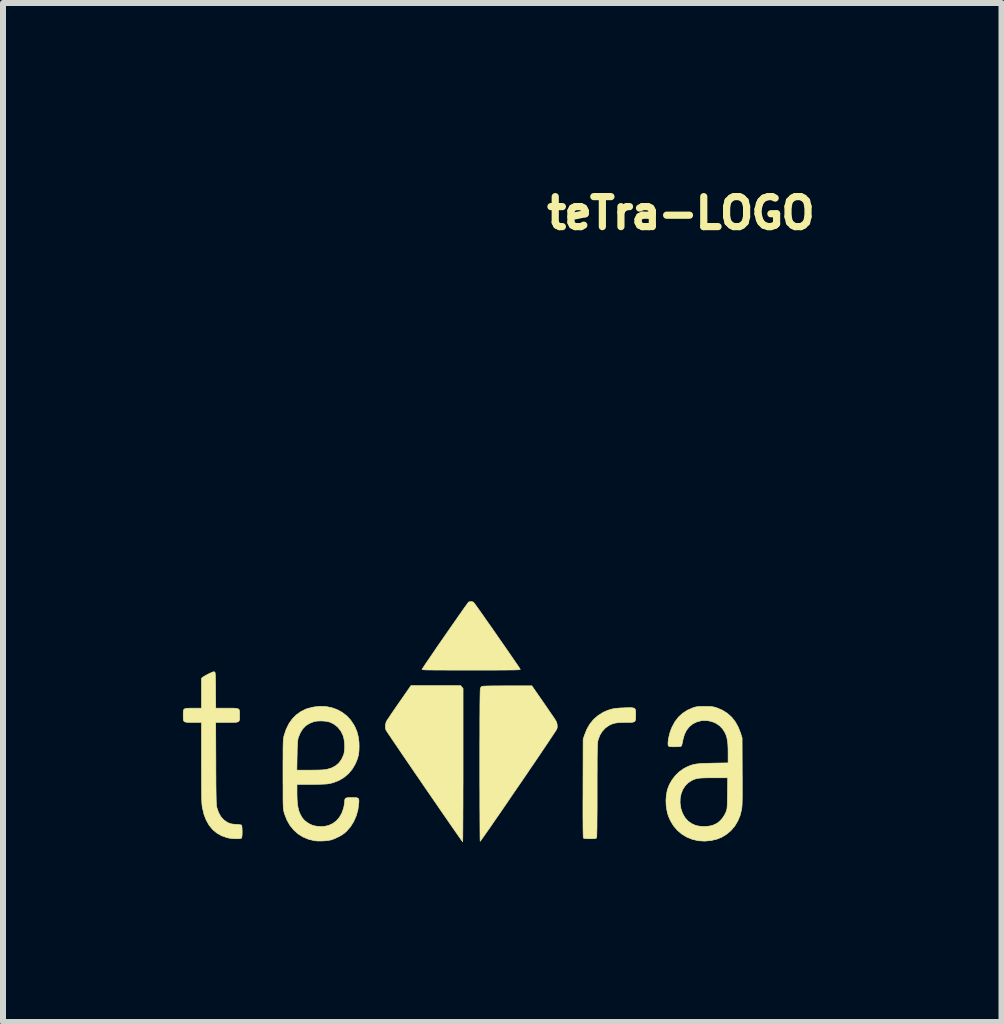
<source format=kicad_pcb>
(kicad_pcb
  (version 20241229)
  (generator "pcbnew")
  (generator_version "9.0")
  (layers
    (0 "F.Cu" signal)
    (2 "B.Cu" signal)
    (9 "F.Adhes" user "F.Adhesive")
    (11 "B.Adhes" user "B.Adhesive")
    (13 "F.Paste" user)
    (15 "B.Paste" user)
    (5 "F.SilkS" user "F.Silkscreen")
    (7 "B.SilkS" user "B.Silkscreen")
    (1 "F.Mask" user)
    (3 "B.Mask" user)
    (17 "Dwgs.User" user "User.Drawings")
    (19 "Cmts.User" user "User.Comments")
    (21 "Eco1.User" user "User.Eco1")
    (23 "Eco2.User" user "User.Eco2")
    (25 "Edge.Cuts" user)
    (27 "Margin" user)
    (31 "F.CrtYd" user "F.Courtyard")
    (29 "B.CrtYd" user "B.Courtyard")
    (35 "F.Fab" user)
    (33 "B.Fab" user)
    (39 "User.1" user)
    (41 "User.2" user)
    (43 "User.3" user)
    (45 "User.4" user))
  (footprint "teTra-LOGO"
    (layer "F.Cu")
    (at 4.802 9.003)
    (property "Reference" "teTra-LOGO" (at 3.5 -8.5 0) (unlocked yes) (layer "F.SilkS") (effects (font (size 0.5 0.5) (thickness 0.12))))
    (attr smd exclude_from_bom)
    (fp_poly (pts (xy -0.153 -0.599) (xy -0.132 -0.575) (xy -0.132 0.703) (xy -0.132 0.848) (xy -0.132 0.989) (xy -0.133 1.125) (xy -0.133 1.253) (xy -0.133 1.375) (xy -0.134 1.488) (xy -0.134 1.592) (xy -0.135 1.685) (xy -0.135 1.768) (xy -0.136 1.838) (xy -0.136 1.895) (xy -0.137 1.939) (xy -0.138 1.967) (xy -0.139 1.98) (xy -0.139 1.981) (xy -0.144 1.974) (xy -0.159 1.954) (xy -0.182 1.921) (xy -0.213 1.877) (xy -0.251 1.823) (xy -0.296 1.758) (xy -0.347 1.685) (xy -0.403 1.603) (xy -0.465 1.514) (xy -0.531 1.418) (xy -0.601 1.316) (xy -0.675 1.209) (xy -0.751 1.098) (xy -0.778 1.059) (xy -0.855 0.946) (xy -0.93 0.837) (xy -1.001 0.733) (xy -1.069 0.633) (xy -1.133 0.54) (xy -1.191 0.454) (xy -1.244 0.376) (xy -1.292 0.306) (xy -1.332 0.246) (xy -1.366 0.196) (xy -1.392 0.157) (xy -1.409 0.13) (xy -1.418 0.116) (xy -1.419 0.114) (xy -1.427 0.077) (xy -1.426 0.033) (xy -1.416 -0.008) (xy -1.411 -0.022) (xy -1.403 -0.036) (xy -1.386 -0.063) (xy -1.361 -0.099) (xy -1.331 -0.145) (xy -1.295 -0.198) (xy -1.255 -0.256) (xy -1.212 -0.318) (xy -1.197 -0.339) (xy -1 -0.623) (xy -0.173 -0.623) (xy -0.153 -0.599)) (stroke (width 0.01) (type solid)) (fill yes) (layer "F.SilkS"))
    (fp_poly (pts (xy 0.022 -2.021) (xy 0.043 -2.012) (xy 0.05 -2.003) (xy 0.066 -1.982) (xy 0.089 -1.95) (xy 0.12 -1.907) (xy 0.156 -1.856) (xy 0.198 -1.797) (xy 0.243 -1.732) (xy 0.292 -1.662) (xy 0.344 -1.589) (xy 0.397 -1.513) (xy 0.45 -1.436) (xy 0.503 -1.36) (xy 0.555 -1.285) (xy 0.605 -1.213) (xy 0.652 -1.145) (xy 0.695 -1.082) (xy 0.733 -1.027) (xy 0.766 -0.979) (xy 0.792 -0.941) (xy 0.81 -0.913) (xy 0.82 -0.897) (xy 0.821 -0.895) (xy 0.821 -0.892) (xy 0.818 -0.89) (xy 0.81 -0.889) (xy 0.798 -0.887) (xy 0.78 -0.886) (xy 0.755 -0.885) (xy 0.722 -0.884) (xy 0.681 -0.883) (xy 0.629 -0.883) (xy 0.567 -0.882) (xy 0.493 -0.882) (xy 0.407 -0.881) (xy 0.307 -0.881) (xy 0.192 -0.881) (xy 0.061 -0.881) (xy 0.003 -0.881) (xy -0.134 -0.881) (xy -0.254 -0.881) (xy -0.36 -0.881) (xy -0.452 -0.882) (xy -0.531 -0.882) (xy -0.598 -0.882) (xy -0.653 -0.883) (xy -0.699 -0.883) (xy -0.735 -0.884) (xy -0.763 -0.885) (xy -0.784 -0.886) (xy -0.799 -0.888) (xy -0.808 -0.889) (xy -0.813 -0.891) (xy -0.815 -0.893) (xy -0.815 -0.895) (xy -0.808 -0.906) (xy -0.793 -0.929) (xy -0.771 -0.963) (xy -0.741 -1.008) (xy -0.705 -1.06) (xy -0.664 -1.12) (xy -0.619 -1.186) (xy -0.571 -1.257) (xy -0.52 -1.331) (xy -0.467 -1.407) (xy -0.414 -1.484) (xy -0.361 -1.56) (xy -0.309 -1.635) (xy -0.259 -1.706) (xy -0.212 -1.774) (xy -0.169 -1.835) (xy -0.131 -1.89) (xy -0.098 -1.936) (xy -0.071 -1.973) (xy -0.052 -2) (xy -0.041 -2.014) (xy -0.039 -2.016) (xy -0.01 -2.024) (xy 0.022 -2.021)) (stroke (width 0.01) (type solid)) (fill yes) (layer "F.SilkS"))
    (fp_poly (pts (xy 1.21 -0.338) (xy 1.253 -0.276) (xy 1.293 -0.217) (xy 1.33 -0.163) (xy 1.362 -0.117) (xy 1.388 -0.078) (xy 1.407 -0.05) (xy 1.417 -0.033) (xy 1.419 -0.031) (xy 1.435 0.015) (xy 1.439 0.066) (xy 1.432 0.098) (xy 1.427 0.109) (xy 1.412 0.132) (xy 1.389 0.167) (xy 1.359 0.213) (xy 1.322 0.268) (xy 1.279 0.333) (xy 1.23 0.405) (xy 1.177 0.484) (xy 1.12 0.569) (xy 1.059 0.659) (xy 0.995 0.752) (xy 0.93 0.849) (xy 0.863 0.947) (xy 0.795 1.046) (xy 0.727 1.145) (xy 0.66 1.243) (xy 0.595 1.339) (xy 0.531 1.432) (xy 0.47 1.521) (xy 0.412 1.604) (xy 0.359 1.682) (xy 0.31 1.753) (xy 0.266 1.815) (xy 0.229 1.868) (xy 0.198 1.912) (xy 0.175 1.944) (xy 0.16 1.965) (xy 0.154 1.972) (xy 0.153 1.972) (xy 0.153 1.964) (xy 0.152 1.939) (xy 0.151 1.9) (xy 0.151 1.846) (xy 0.15 1.78) (xy 0.15 1.701) (xy 0.149 1.61) (xy 0.149 1.509) (xy 0.148 1.399) (xy 0.148 1.28) (xy 0.148 1.154) (xy 0.147 1.02) (xy 0.147 0.881) (xy 0.147 0.738) (xy 0.147 0.712) (xy 0.147 0.523) (xy 0.147 0.351) (xy 0.148 0.195) (xy 0.148 0.055) (xy 0.148 -0.07) (xy 0.149 -0.18) (xy 0.149 -0.276) (xy 0.15 -0.357) (xy 0.151 -0.425) (xy 0.152 -0.48) (xy 0.153 -0.522) (xy 0.154 -0.552) (xy 0.156 -0.57) (xy 0.156 -0.575) (xy 0.167 -0.596) (xy 0.181 -0.61) (xy 0.181 -0.61) (xy 0.193 -0.612) (xy 0.222 -0.614) (xy 0.264 -0.616) (xy 0.321 -0.617) (xy 0.391 -0.618) (xy 0.473 -0.618) (xy 0.565 -0.619) (xy 0.606 -0.619) (xy 1.015 -0.619) (xy 1.21 -0.338)) (stroke (width 0.01) (type solid)) (fill yes) (layer "F.SilkS"))
    (fp_poly (pts (xy 2.67 -0.254) (xy 2.702 -0.251) (xy 2.724 -0.244) (xy 2.737 -0.23) (xy 2.744 -0.21) (xy 2.746 -0.181) (xy 2.746 -0.142) (xy 2.746 -0.132) (xy 2.746 -0.09) (xy 2.744 -0.059) (xy 2.738 -0.037) (xy 2.726 -0.023) (xy 2.705 -0.014) (xy 2.674 -0.01) (xy 2.63 -0.009) (xy 2.579 -0.009) (xy 2.509 -0.008) (xy 2.452 -0.005) (xy 2.406 0.002) (xy 2.366 0.012) (xy 2.329 0.027) (xy 2.303 0.04) (xy 2.242 0.082) (xy 2.19 0.138) (xy 2.149 0.204) (xy 2.121 0.278) (xy 2.115 0.303) (xy 2.113 0.316) (xy 2.111 0.333) (xy 2.11 0.356) (xy 2.108 0.386) (xy 2.107 0.424) (xy 2.106 0.471) (xy 2.105 0.528) (xy 2.104 0.595) (xy 2.104 0.675) (xy 2.104 0.767) (xy 2.103 0.873) (xy 2.103 0.994) (xy 2.103 1.128) (xy 2.103 1.282) (xy 2.103 1.42) (xy 2.102 1.54) (xy 2.101 1.644) (xy 2.101 1.731) (xy 2.099 1.801) (xy 2.098 1.854) (xy 2.097 1.89) (xy 2.095 1.91) (xy 2.094 1.913) (xy 2.089 1.92) (xy 2.08 1.925) (xy 2.064 1.928) (xy 2.039 1.929) (xy 2.001 1.93) (xy 1.985 1.93) (xy 1.938 1.929) (xy 1.906 1.927) (xy 1.886 1.924) (xy 1.876 1.919) (xy 1.875 1.918) (xy 1.873 1.911) (xy 1.872 1.895) (xy 1.871 1.869) (xy 1.87 1.832) (xy 1.869 1.783) (xy 1.868 1.722) (xy 1.868 1.648) (xy 1.867 1.56) (xy 1.867 1.459) (xy 1.867 1.342) (xy 1.868 1.209) (xy 1.868 1.09) (xy 1.87 0.275) (xy 1.89 0.211) (xy 1.929 0.111) (xy 1.98 0.021) (xy 2.043 -0.057) (xy 2.118 -0.123) (xy 2.203 -0.176) (xy 2.217 -0.183) (xy 2.267 -0.205) (xy 2.315 -0.222) (xy 2.364 -0.235) (xy 2.419 -0.243) (xy 2.482 -0.249) (xy 2.558 -0.252) (xy 2.565 -0.253) (xy 2.625 -0.254) (xy 2.67 -0.254)) (stroke (width 0.01) (type solid)) (fill yes) (layer "F.SilkS"))
    (fp_poly (pts (xy -4.276 -0.851) (xy -4.274 -0.85) (xy -4.27 -0.847) (xy -4.267 -0.84) (xy -4.265 -0.829) (xy -4.263 -0.811) (xy -4.261 -0.785) (xy -4.26 -0.749) (xy -4.259 -0.702) (xy -4.258 -0.642) (xy -4.258 -0.567) (xy -4.258 -0.544) (xy -4.255 -0.246) (xy -4.07 -0.246) (xy -4.004 -0.246) (xy -3.954 -0.246) (xy -3.917 -0.243) (xy -3.89 -0.238) (xy -3.873 -0.23) (xy -3.863 -0.216) (xy -3.859 -0.196) (xy -3.858 -0.169) (xy -3.858 -0.134) (xy -3.858 -0.128) (xy -3.857 -0.091) (xy -3.858 -0.063) (xy -3.862 -0.042) (xy -3.871 -0.028) (xy -3.887 -0.018) (xy -3.912 -0.012) (xy -3.947 -0.01) (xy -3.996 -0.009) (xy -4.058 -0.009) (xy -4.07 -0.009) (xy -4.256 -0.009) (xy -4.253 0.675) (xy -4.253 0.799) (xy -4.252 0.909) (xy -4.252 1.003) (xy -4.251 1.084) (xy -4.25 1.153) (xy -4.249 1.211) (xy -4.248 1.259) (xy -4.247 1.298) (xy -4.246 1.33) (xy -4.244 1.355) (xy -4.243 1.374) (xy -4.241 1.39) (xy -4.238 1.403) (xy -4.236 1.413) (xy -4.208 1.494) (xy -4.171 1.561) (xy -4.124 1.614) (xy -4.068 1.654) (xy -4.046 1.665) (xy -4.016 1.677) (xy -3.983 1.685) (xy -3.943 1.689) (xy -3.918 1.691) (xy -3.881 1.693) (xy -3.851 1.697) (xy -3.831 1.701) (xy -3.826 1.703) (xy -3.821 1.715) (xy -3.818 1.74) (xy -3.816 1.773) (xy -3.815 1.811) (xy -3.815 1.848) (xy -3.817 1.882) (xy -3.821 1.907) (xy -3.825 1.92) (xy -3.84 1.925) (xy -3.868 1.929) (xy -3.904 1.93) (xy -3.946 1.929) (xy -3.99 1.925) (xy -4.031 1.92) (xy -4.066 1.913) (xy -4.066 1.913) (xy -4.156 1.881) (xy -4.236 1.836) (xy -4.306 1.778) (xy -4.365 1.706) (xy -4.413 1.622) (xy -4.451 1.524) (xy -4.477 1.414) (xy -4.48 1.402) (xy -4.482 1.385) (xy -4.484 1.365) (xy -4.486 1.341) (xy -4.488 1.311) (xy -4.489 1.274) (xy -4.49 1.229) (xy -4.491 1.175) (xy -4.491 1.11) (xy -4.492 1.034) (xy -4.492 0.944) (xy -4.492 0.841) (xy -4.493 0.723) (xy -4.493 0.659) (xy -4.493 -0.009) (xy -4.632 -0.009) (xy -4.689 -0.009) (xy -4.731 -0.011) (xy -4.76 -0.015) (xy -4.779 -0.023) (xy -4.791 -0.038) (xy -4.796 -0.06) (xy -4.797 -0.091) (xy -4.797 -0.128) (xy -4.797 -0.168) (xy -4.795 -0.198) (xy -4.79 -0.22) (xy -4.778 -0.233) (xy -4.758 -0.241) (xy -4.727 -0.245) (xy -4.683 -0.246) (xy -4.632 -0.246) (xy -4.493 -0.246) (xy -4.493 -0.744) (xy -4.469 -0.764) (xy -4.451 -0.776) (xy -4.422 -0.793) (xy -4.388 -0.811) (xy -4.367 -0.822) (xy -4.329 -0.839) (xy -4.303 -0.85) (xy -4.286 -0.853) (xy -4.276 -0.851)) (stroke (width 0.01) (type solid)) (fill yes) (layer "F.SilkS"))
    (fp_poly (pts (xy 3.898 -0.275) (xy 3.95 -0.275) (xy 3.989 -0.274) (xy 4.019 -0.271) (xy 4.045 -0.267) (xy 4.069 -0.261) (xy 4.097 -0.252) (xy 4.191 -0.213) (xy 4.275 -0.16) (xy 4.347 -0.095) (xy 4.408 -0.017) (xy 4.458 0.074) (xy 4.496 0.173) (xy 4.52 0.249) (xy 4.522 0.806) (xy 4.523 0.92) (xy 4.523 1.019) (xy 4.523 1.103) (xy 4.523 1.175) (xy 4.523 1.235) (xy 4.522 1.284) (xy 4.521 1.325) (xy 4.52 1.359) (xy 4.518 1.386) (xy 4.516 1.409) (xy 4.514 1.428) (xy 4.512 1.44) (xy 4.487 1.542) (xy 4.448 1.635) (xy 4.397 1.72) (xy 4.334 1.794) (xy 4.261 1.856) (xy 4.178 1.906) (xy 4.101 1.937) (xy 3.999 1.961) (xy 3.894 1.97) (xy 3.789 1.963) (xy 3.788 1.963) (xy 3.69 1.94) (xy 3.598 1.903) (xy 3.514 1.852) (xy 3.44 1.789) (xy 3.377 1.715) (xy 3.327 1.632) (xy 3.299 1.57) (xy 3.279 1.513) (xy 3.266 1.454) (xy 3.256 1.386) (xy 3.254 1.374) (xy 3.253 1.336) (xy 3.486 1.336) (xy 3.487 1.343) (xy 3.501 1.431) (xy 3.528 1.509) (xy 3.567 1.577) (xy 3.616 1.633) (xy 3.676 1.677) (xy 3.745 1.708) (xy 3.762 1.713) (xy 3.816 1.722) (xy 3.877 1.726) (xy 3.939 1.724) (xy 3.996 1.715) (xy 4.019 1.71) (xy 4.056 1.696) (xy 4.093 1.678) (xy 4.115 1.664) (xy 4.156 1.629) (xy 4.196 1.583) (xy 4.23 1.531) (xy 4.254 1.48) (xy 4.26 1.464) (xy 4.264 1.448) (xy 4.268 1.431) (xy 4.27 1.409) (xy 4.272 1.382) (xy 4.274 1.346) (xy 4.275 1.3) (xy 4.276 1.241) (xy 4.277 1.17) (xy 4.28 0.914) (xy 4.048 0.914) (xy 3.97 0.914) (xy 3.906 0.915) (xy 3.854 0.917) (xy 3.812 0.92) (xy 3.778 0.925) (xy 3.749 0.931) (xy 3.722 0.94) (xy 3.695 0.952) (xy 3.676 0.961) (xy 3.618 1) (xy 3.569 1.051) (xy 3.53 1.112) (xy 3.503 1.182) (xy 3.488 1.257) (xy 3.486 1.336) (xy 3.253 1.336) (xy 3.251 1.291) (xy 3.257 1.206) (xy 3.272 1.126) (xy 3.276 1.109) (xy 3.308 1.027) (xy 3.353 0.949) (xy 3.409 0.876) (xy 3.474 0.813) (xy 3.545 0.763) (xy 3.576 0.746) (xy 3.615 0.727) (xy 3.651 0.712) (xy 3.685 0.7) (xy 3.721 0.691) (xy 3.761 0.684) (xy 3.807 0.679) (xy 3.862 0.675) (xy 3.929 0.673) (xy 4.009 0.671) (xy 4.035 0.67) (xy 4.287 0.666) (xy 4.287 0.507) (xy 4.286 0.426) (xy 4.283 0.358) (xy 4.277 0.302) (xy 4.268 0.253) (xy 4.256 0.21) (xy 4.239 0.17) (xy 4.237 0.165) (xy 4.197 0.101) (xy 4.146 0.047) (xy 4.084 0.005) (xy 4.015 -0.024) (xy 3.941 -0.039) (xy 3.863 -0.04) (xy 3.839 -0.037) (xy 3.763 -0.017) (xy 3.696 0.016) (xy 3.64 0.063) (xy 3.593 0.122) (xy 3.558 0.194) (xy 3.534 0.279) (xy 3.53 0.299) (xy 3.523 0.334) (xy 3.516 0.363) (xy 3.509 0.382) (xy 3.507 0.386) (xy 3.495 0.391) (xy 3.47 0.394) (xy 3.437 0.396) (xy 3.4 0.397) (xy 3.363 0.397) (xy 3.33 0.395) (xy 3.306 0.392) (xy 3.297 0.389) (xy 3.288 0.374) (xy 3.285 0.347) (xy 3.287 0.309) (xy 3.293 0.264) (xy 3.304 0.214) (xy 3.317 0.163) (xy 3.334 0.114) (xy 3.352 0.07) (xy 3.401 -0.021) (xy 3.46 -0.098) (xy 3.529 -0.161) (xy 3.609 -0.213) (xy 3.699 -0.252) (xy 3.726 -0.261) (xy 3.75 -0.267) (xy 3.774 -0.271) (xy 3.802 -0.274) (xy 3.838 -0.275) (xy 3.886 -0.275) (xy 3.898 -0.275)) (stroke (width 0.01) (type solid)) (fill yes) (layer "F.SilkS"))
    (fp_poly (pts (xy -2.419 -0.274) (xy -2.323 -0.255) (xy -2.232 -0.223) (xy -2.148 -0.177) (xy -2.072 -0.119) (xy -2.006 -0.048) (xy -1.951 0.035) (xy -1.936 0.063) (xy -1.901 0.145) (xy -1.879 0.23) (xy -1.867 0.322) (xy -1.865 0.389) (xy -1.867 0.462) (xy -1.874 0.524) (xy -1.888 0.581) (xy -1.909 0.639) (xy -1.933 0.691) (xy -1.983 0.775) (xy -2.046 0.848) (xy -2.12 0.91) (xy -2.205 0.96) (xy -2.299 0.996) (xy -2.365 1.012) (xy -2.393 1.016) (xy -2.431 1.019) (xy -2.48 1.021) (xy -2.542 1.023) (xy -2.617 1.024) (xy -2.665 1.024) (xy -2.901 1.024) (xy -2.901 1.174) (xy -2.899 1.265) (xy -2.894 1.341) (xy -2.884 1.406) (xy -2.871 1.463) (xy -2.851 1.513) (xy -2.826 1.56) (xy -2.809 1.586) (xy -2.778 1.622) (xy -2.735 1.657) (xy -2.686 1.687) (xy -2.637 1.708) (xy -2.632 1.71) (xy -2.572 1.722) (xy -2.505 1.727) (xy -2.439 1.723) (xy -2.381 1.711) (xy -2.374 1.709) (xy -2.304 1.677) (xy -2.243 1.631) (xy -2.192 1.572) (xy -2.152 1.502) (xy -2.124 1.42) (xy -2.118 1.395) (xy -2.112 1.359) (xy -2.107 1.326) (xy -2.105 1.302) (xy -2.105 1.3) (xy -2.103 1.278) (xy -2.096 1.262) (xy -2.081 1.252) (xy -2.056 1.246) (xy -2.018 1.244) (xy -1.987 1.244) (xy -1.939 1.244) (xy -1.906 1.247) (xy -1.885 1.254) (xy -1.873 1.267) (xy -1.869 1.288) (xy -1.869 1.319) (xy -1.871 1.342) (xy -1.885 1.449) (xy -1.914 1.55) (xy -1.955 1.644) (xy -2.008 1.729) (xy -2.071 1.802) (xy -2.106 1.834) (xy -2.151 1.866) (xy -2.206 1.897) (xy -2.265 1.925) (xy -2.32 1.946) (xy -2.338 1.951) (xy -2.382 1.959) (xy -2.436 1.965) (xy -2.495 1.968) (xy -2.552 1.968) (xy -2.6 1.964) (xy -2.609 1.963) (xy -2.708 1.939) (xy -2.8 1.901) (xy -2.883 1.849) (xy -2.955 1.784) (xy -3.018 1.707) (xy -3.069 1.617) (xy -3.108 1.517) (xy -3.115 1.494) (xy -3.118 1.48) (xy -3.121 1.467) (xy -3.124 1.453) (xy -3.126 1.437) (xy -3.128 1.417) (xy -3.13 1.392) (xy -3.131 1.361) (xy -3.132 1.323) (xy -3.133 1.276) (xy -3.133 1.218) (xy -3.133 1.149) (xy -3.133 1.067) (xy -3.134 0.971) (xy -3.134 0.86) (xy -3.134 0.854) (xy -3.134 0.787) (xy -2.903 0.787) (xy -2.687 0.787) (xy -2.603 0.786) (xy -2.535 0.785) (xy -2.481 0.783) (xy -2.438 0.779) (xy -2.407 0.775) (xy -2.328 0.752) (xy -2.26 0.717) (xy -2.203 0.669) (xy -2.158 0.608) (xy -2.125 0.536) (xy -2.117 0.512) (xy -2.109 0.464) (xy -2.105 0.406) (xy -2.107 0.344) (xy -2.114 0.283) (xy -2.126 0.229) (xy -2.132 0.21) (xy -2.167 0.138) (xy -2.215 0.076) (xy -2.273 0.026) (xy -2.341 -0.01) (xy -2.344 -0.011) (xy -2.387 -0.023) (xy -2.441 -0.031) (xy -2.498 -0.034) (xy -2.555 -0.032) (xy -2.603 -0.026) (xy -2.618 -0.022) (xy -2.691 0.006) (xy -2.753 0.045) (xy -2.803 0.096) (xy -2.844 0.16) (xy -2.876 0.237) (xy -2.882 0.256) (xy -2.886 0.275) (xy -2.889 0.302) (xy -2.892 0.338) (xy -2.895 0.385) (xy -2.897 0.444) (xy -2.898 0.519) (xy -2.899 0.543) (xy -2.903 0.787) (xy -3.134 0.787) (xy -3.134 0.742) (xy -3.134 0.645) (xy -3.133 0.563) (xy -3.133 0.493) (xy -3.133 0.435) (xy -3.132 0.387) (xy -3.131 0.348) (xy -3.13 0.316) (xy -3.129 0.291) (xy -3.127 0.27) (xy -3.124 0.253) (xy -3.122 0.238) (xy -3.119 0.224) (xy -3.115 0.209) (xy -3.115 0.209) (xy -3.081 0.106) (xy -3.036 0.014) (xy -2.979 -0.067) (xy -2.912 -0.135) (xy -2.835 -0.19) (xy -2.749 -0.232) (xy -2.726 -0.24) (xy -2.622 -0.266) (xy -2.519 -0.277) (xy -2.419 -0.274)) (stroke (width 0.01) (type solid)) (fill yes) (layer "F.SilkS")))
  (gr_rect
    (start -3 -3)
    (end 13.647 13.989)
    (stroke (width 0.1) (type default))
    (fill no)
    (layer "Edge.Cuts")))
</source>
